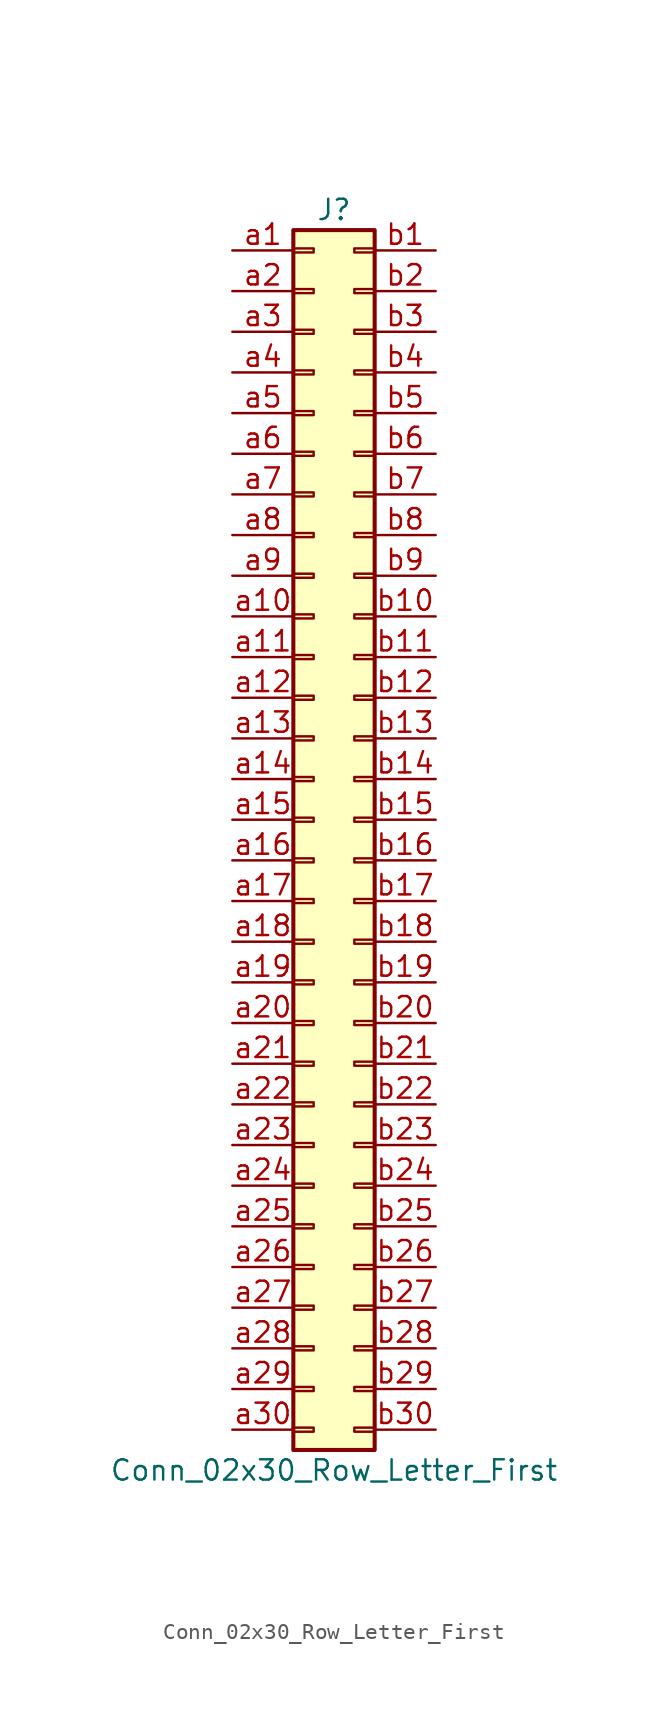
<source format=kicad_sym>
(kicad_symbol_lib
  (version 20211014)
  (generator kicad_symbol_editor)
  (symbol "Conn_02x30_Row_Letter_First"
    (pin_names
      (offset 1.016) hide)
    (property "Reference" "J"
      (at 1.27 38.1 0)
      (effects (font (size 1.27 1.27))))
    (property "Value" "Conn_02x30_Row_Letter_First"
      (at 1.27 -40.64 0)
      (effects (font (size 1.27 1.27))))
    (symbol "Conn_02x30_Row_Letter_First_1_1"
      (rectangle (start -1.27 -37.973) (end 0 -38.227) (stroke (width 0.152) (type default) (color 0 0 0 0)) (fill (type none)))
      (rectangle (start -1.27 -35.433) (end 0 -35.687) (stroke (width 0.152) (type default) (color 0 0 0 0)) (fill (type none)))
      (rectangle (start -1.27 -32.893) (end 0 -33.147) (stroke (width 0.152) (type default) (color 0 0 0 0)) (fill (type none)))
      (rectangle (start -1.27 -30.353) (end 0 -30.607) (stroke (width 0.152) (type default) (color 0 0 0 0)) (fill (type none)))
      (rectangle (start -1.27 -27.813) (end 0 -28.067) (stroke (width 0.152) (type default) (color 0 0 0 0)) (fill (type none)))
      (rectangle (start -1.27 -25.273) (end 0 -25.527) (stroke (width 0.152) (type default) (color 0 0 0 0)) (fill (type none)))
      (rectangle (start -1.27 -22.733) (end 0 -22.987) (stroke (width 0.152) (type default) (color 0 0 0 0)) (fill (type none)))
      (rectangle (start -1.27 -20.193) (end 0 -20.447) (stroke (width 0.152) (type default) (color 0 0 0 0)) (fill (type none)))
      (rectangle (start -1.27 -17.653) (end 0 -17.907) (stroke (width 0.152) (type default) (color 0 0 0 0)) (fill (type none)))
      (rectangle (start -1.27 -15.113) (end 0 -15.367) (stroke (width 0.152) (type default) (color 0 0 0 0)) (fill (type none)))
      (rectangle (start -1.27 -12.573) (end 0 -12.827) (stroke (width 0.152) (type default) (color 0 0 0 0)) (fill (type none)))
      (rectangle (start -1.27 -10.033) (end 0 -10.287) (stroke (width 0.152) (type default) (color 0 0 0 0)) (fill (type none)))
      (rectangle (start -1.27 -7.493) (end 0 -7.747) (stroke (width 0.152) (type default) (color 0 0 0 0)) (fill (type none)))
      (rectangle (start -1.27 -4.953) (end 0 -5.207) (stroke (width 0.152) (type default) (color 0 0 0 0)) (fill (type none)))
      (rectangle (start -1.27 -2.413) (end 0 -2.667) (stroke (width 0.152) (type default) (color 0 0 0 0)) (fill (type none)))
      (rectangle (start -1.27 0.127) (end 0 -0.127) (stroke (width 0.152) (type default) (color 0 0 0 0)) (fill (type none)))
      (rectangle (start -1.27 2.667) (end 0 2.413) (stroke (width 0.152) (type default) (color 0 0 0 0)) (fill (type none)))
      (rectangle (start -1.27 5.207) (end 0 4.953) (stroke (width 0.152) (type default) (color 0 0 0 0)) (fill (type none)))
      (rectangle (start -1.27 7.747) (end 0 7.493) (stroke (width 0.152) (type default) (color 0 0 0 0)) (fill (type none)))
      (rectangle (start -1.27 10.287) (end 0 10.033) (stroke (width 0.152) (type default) (color 0 0 0 0)) (fill (type none)))
      (rectangle (start -1.27 12.827) (end 0 12.573) (stroke (width 0.152) (type default) (color 0 0 0 0)) (fill (type none)))
      (rectangle (start -1.27 15.367) (end 0 15.113) (stroke (width 0.152) (type default) (color 0 0 0 0)) (fill (type none)))
      (rectangle (start -1.27 17.907) (end 0 17.653) (stroke (width 0.152) (type default) (color 0 0 0 0)) (fill (type none)))
      (rectangle (start -1.27 20.447) (end 0 20.193) (stroke (width 0.152) (type default) (color 0 0 0 0)) (fill (type none)))
      (rectangle (start -1.27 22.987) (end 0 22.733) (stroke (width 0.152) (type default) (color 0 0 0 0)) (fill (type none)))
      (rectangle (start -1.27 25.527) (end 0 25.273) (stroke (width 0.152) (type default) (color 0 0 0 0)) (fill (type none)))
      (rectangle (start -1.27 28.067) (end 0 27.813) (stroke (width 0.152) (type default) (color 0 0 0 0)) (fill (type none)))
      (rectangle (start -1.27 30.607) (end 0 30.353) (stroke (width 0.152) (type default) (color 0 0 0 0)) (fill (type none)))
      (rectangle (start -1.27 33.147) (end 0 32.893) (stroke (width 0.152) (type default) (color 0 0 0 0)) (fill (type none)))
      (rectangle (start -1.27 35.687) (end 0 35.433) (stroke (width 0.152) (type default) (color 0 0 0 0)) (fill (type none)))
      (rectangle (start -1.27 36.83) (end 3.81 -39.37) (stroke (width 0.254) (type default) (color 0 0 0 0)) (fill (type background)))
      (rectangle (start 3.81 -37.973) (end 2.54 -38.227) (stroke (width 0.152) (type default) (color 0 0 0 0)) (fill (type none)))
      (rectangle (start 3.81 -35.433) (end 2.54 -35.687) (stroke (width 0.152) (type default) (color 0 0 0 0)) (fill (type none)))
      (rectangle (start 3.81 -32.893) (end 2.54 -33.147) (stroke (width 0.152) (type default) (color 0 0 0 0)) (fill (type none)))
      (rectangle (start 3.81 -30.353) (end 2.54 -30.607) (stroke (width 0.152) (type default) (color 0 0 0 0)) (fill (type none)))
      (rectangle (start 3.81 -27.813) (end 2.54 -28.067) (stroke (width 0.152) (type default) (color 0 0 0 0)) (fill (type none)))
      (rectangle (start 3.81 -25.273) (end 2.54 -25.527) (stroke (width 0.152) (type default) (color 0 0 0 0)) (fill (type none)))
      (rectangle (start 3.81 -22.733) (end 2.54 -22.987) (stroke (width 0.152) (type default) (color 0 0 0 0)) (fill (type none)))
      (rectangle (start 3.81 -20.193) (end 2.54 -20.447) (stroke (width 0.152) (type default) (color 0 0 0 0)) (fill (type none)))
      (rectangle (start 3.81 -17.653) (end 2.54 -17.907) (stroke (width 0.152) (type default) (color 0 0 0 0)) (fill (type none)))
      (rectangle (start 3.81 -15.113) (end 2.54 -15.367) (stroke (width 0.152) (type default) (color 0 0 0 0)) (fill (type none)))
      (rectangle (start 3.81 -12.573) (end 2.54 -12.827) (stroke (width 0.152) (type default) (color 0 0 0 0)) (fill (type none)))
      (rectangle (start 3.81 -10.033) (end 2.54 -10.287) (stroke (width 0.152) (type default) (color 0 0 0 0)) (fill (type none)))
      (rectangle (start 3.81 -7.493) (end 2.54 -7.747) (stroke (width 0.152) (type default) (color 0 0 0 0)) (fill (type none)))
      (rectangle (start 3.81 -4.953) (end 2.54 -5.207) (stroke (width 0.152) (type default) (color 0 0 0 0)) (fill (type none)))
      (rectangle (start 3.81 -2.413) (end 2.54 -2.667) (stroke (width 0.152) (type default) (color 0 0 0 0)) (fill (type none)))
      (rectangle (start 3.81 0.127) (end 2.54 -0.127) (stroke (width 0.152) (type default) (color 0 0 0 0)) (fill (type none)))
      (rectangle (start 3.81 2.667) (end 2.54 2.413) (stroke (width 0.152) (type default) (color 0 0 0 0)) (fill (type none)))
      (rectangle (start 3.81 5.207) (end 2.54 4.953) (stroke (width 0.152) (type default) (color 0 0 0 0)) (fill (type none)))
      (rectangle (start 3.81 7.747) (end 2.54 7.493) (stroke (width 0.152) (type default) (color 0 0 0 0)) (fill (type none)))
      (rectangle (start 3.81 10.287) (end 2.54 10.033) (stroke (width 0.152) (type default) (color 0 0 0 0)) (fill (type none)))
      (rectangle (start 3.81 12.827) (end 2.54 12.573) (stroke (width 0.152) (type default) (color 0 0 0 0)) (fill (type none)))
      (rectangle (start 3.81 15.367) (end 2.54 15.113) (stroke (width 0.152) (type default) (color 0 0 0 0)) (fill (type none)))
      (rectangle (start 3.81 17.907) (end 2.54 17.653) (stroke (width 0.152) (type default) (color 0 0 0 0)) (fill (type none)))
      (rectangle (start 3.81 20.447) (end 2.54 20.193) (stroke (width 0.152) (type default) (color 0 0 0 0)) (fill (type none)))
      (rectangle (start 3.81 22.987) (end 2.54 22.733) (stroke (width 0.152) (type default) (color 0 0 0 0)) (fill (type none)))
      (rectangle (start 3.81 25.527) (end 2.54 25.273) (stroke (width 0.152) (type default) (color 0 0 0 0)) (fill (type none)))
      (rectangle (start 3.81 28.067) (end 2.54 27.813) (stroke (width 0.152) (type default) (color 0 0 0 0)) (fill (type none)))
      (rectangle (start 3.81 30.607) (end 2.54 30.353) (stroke (width 0.152) (type default) (color 0 0 0 0)) (fill (type none)))
      (rectangle (start 3.81 33.147) (end 2.54 32.893) (stroke (width 0.152) (type default) (color 0 0 0 0)) (fill (type none)))
      (rectangle (start 3.81 35.687) (end 2.54 35.433) (stroke (width 0.152) (type default) (color 0 0 0 0)) (fill (type none)))
      (pin passive line (at -5.08 35.56 0) (length 3.81) (name "Pin_a1" (effects (font (size 1.27 1.27)))) (number "a1" (effects (font (size 1.27 1.27)))))
      (pin passive line (at -5.08 12.7 0) (length 3.81) (name "Pin_a10" (effects (font (size 1.27 1.27)))) (number "a10" (effects (font (size 1.27 1.27)))))
      (pin passive line (at -5.08 10.16 0) (length 3.81) (name "Pin_a11" (effects (font (size 1.27 1.27)))) (number "a11" (effects (font (size 1.27 1.27)))))
      (pin passive line (at -5.08 7.62 0) (length 3.81) (name "Pin_a12" (effects (font (size 1.27 1.27)))) (number "a12" (effects (font (size 1.27 1.27)))))
      (pin passive line (at -5.08 5.08 0) (length 3.81) (name "Pin_a13" (effects (font (size 1.27 1.27)))) (number "a13" (effects (font (size 1.27 1.27)))))
      (pin passive line (at -5.08 2.54 0) (length 3.81) (name "Pin_a14" (effects (font (size 1.27 1.27)))) (number "a14" (effects (font (size 1.27 1.27)))))
      (pin passive line (at -5.08 0 0) (length 3.81) (name "Pin_a15" (effects (font (size 1.27 1.27)))) (number "a15" (effects (font (size 1.27 1.27)))))
      (pin passive line (at -5.08 -2.54 0) (length 3.81) (name "Pin_a16" (effects (font (size 1.27 1.27)))) (number "a16" (effects (font (size 1.27 1.27)))))
      (pin passive line (at -5.08 -5.08 0) (length 3.81) (name "Pin_a17" (effects (font (size 1.27 1.27)))) (number "a17" (effects (font (size 1.27 1.27)))))
      (pin passive line (at -5.08 -7.62 0) (length 3.81) (name "Pin_a18" (effects (font (size 1.27 1.27)))) (number "a18" (effects (font (size 1.27 1.27)))))
      (pin passive line (at -5.08 -10.16 0) (length 3.81) (name "Pin_a19" (effects (font (size 1.27 1.27)))) (number "a19" (effects (font (size 1.27 1.27)))))
      (pin passive line (at -5.08 33.02 0) (length 3.81) (name "Pin_a2" (effects (font (size 1.27 1.27)))) (number "a2" (effects (font (size 1.27 1.27)))))
      (pin passive line (at -5.08 -12.7 0) (length 3.81) (name "Pin_a20" (effects (font (size 1.27 1.27)))) (number "a20" (effects (font (size 1.27 1.27)))))
      (pin passive line (at -5.08 -15.24 0) (length 3.81) (name "Pin_a21" (effects (font (size 1.27 1.27)))) (number "a21" (effects (font (size 1.27 1.27)))))
      (pin passive line (at -5.08 -17.78 0) (length 3.81) (name "Pin_a22" (effects (font (size 1.27 1.27)))) (number "a22" (effects (font (size 1.27 1.27)))))
      (pin passive line (at -5.08 -20.32 0) (length 3.81) (name "Pin_a23" (effects (font (size 1.27 1.27)))) (number "a23" (effects (font (size 1.27 1.27)))))
      (pin passive line (at -5.08 -22.86 0) (length 3.81) (name "Pin_a24" (effects (font (size 1.27 1.27)))) (number "a24" (effects (font (size 1.27 1.27)))))
      (pin passive line (at -5.08 -25.4 0) (length 3.81) (name "Pin_a25" (effects (font (size 1.27 1.27)))) (number "a25" (effects (font (size 1.27 1.27)))))
      (pin passive line (at -5.08 -27.94 0) (length 3.81) (name "Pin_a26" (effects (font (size 1.27 1.27)))) (number "a26" (effects (font (size 1.27 1.27)))))
      (pin passive line (at -5.08 -30.48 0) (length 3.81) (name "Pin_a27" (effects (font (size 1.27 1.27)))) (number "a27" (effects (font (size 1.27 1.27)))))
      (pin passive line (at -5.08 -33.02 0) (length 3.81) (name "Pin_a28" (effects (font (size 1.27 1.27)))) (number "a28" (effects (font (size 1.27 1.27)))))
      (pin passive line (at -5.08 -35.56 0) (length 3.81) (name "Pin_a29" (effects (font (size 1.27 1.27)))) (number "a29" (effects (font (size 1.27 1.27)))))
      (pin passive line (at -5.08 30.48 0) (length 3.81) (name "Pin_a3" (effects (font (size 1.27 1.27)))) (number "a3" (effects (font (size 1.27 1.27)))))
      (pin passive line (at -5.08 -38.1 0) (length 3.81) (name "Pin_a30" (effects (font (size 1.27 1.27)))) (number "a30" (effects (font (size 1.27 1.27)))))
      (pin passive line (at -5.08 27.94 0) (length 3.81) (name "Pin_a4" (effects (font (size 1.27 1.27)))) (number "a4" (effects (font (size 1.27 1.27)))))
      (pin passive line (at -5.08 25.4 0) (length 3.81) (name "Pin_a5" (effects (font (size 1.27 1.27)))) (number "a5" (effects (font (size 1.27 1.27)))))
      (pin passive line (at -5.08 22.86 0) (length 3.81) (name "Pin_a6" (effects (font (size 1.27 1.27)))) (number "a6" (effects (font (size 1.27 1.27)))))
      (pin passive line (at -5.08 20.32 0) (length 3.81) (name "Pin_a7" (effects (font (size 1.27 1.27)))) (number "a7" (effects (font (size 1.27 1.27)))))
      (pin passive line (at -5.08 17.78 0) (length 3.81) (name "Pin_a8" (effects (font (size 1.27 1.27)))) (number "a8" (effects (font (size 1.27 1.27)))))
      (pin passive line (at -5.08 15.24 0) (length 3.81) (name "Pin_a9" (effects (font (size 1.27 1.27)))) (number "a9" (effects (font (size 1.27 1.27)))))
      (pin passive line (at 7.62 35.56 180) (length 3.81) (name "Pin_b1" (effects (font (size 1.27 1.27)))) (number "b1" (effects (font (size 1.27 1.27)))))
      (pin passive line (at 7.62 12.7 180) (length 3.81) (name "Pin_b10" (effects (font (size 1.27 1.27)))) (number "b10" (effects (font (size 1.27 1.27)))))
      (pin passive line (at 7.62 10.16 180) (length 3.81) (name "Pin_b11" (effects (font (size 1.27 1.27)))) (number "b11" (effects (font (size 1.27 1.27)))))
      (pin passive line (at 7.62 7.62 180) (length 3.81) (name "Pin_b12" (effects (font (size 1.27 1.27)))) (number "b12" (effects (font (size 1.27 1.27)))))
      (pin passive line (at 7.62 5.08 180) (length 3.81) (name "Pin_b13" (effects (font (size 1.27 1.27)))) (number "b13" (effects (font (size 1.27 1.27)))))
      (pin passive line (at 7.62 2.54 180) (length 3.81) (name "Pin_b14" (effects (font (size 1.27 1.27)))) (number "b14" (effects (font (size 1.27 1.27)))))
      (pin passive line (at 7.62 0 180) (length 3.81) (name "Pin_b15" (effects (font (size 1.27 1.27)))) (number "b15" (effects (font (size 1.27 1.27)))))
      (pin passive line (at 7.62 -2.54 180) (length 3.81) (name "Pin_b16" (effects (font (size 1.27 1.27)))) (number "b16" (effects (font (size 1.27 1.27)))))
      (pin passive line (at 7.62 -5.08 180) (length 3.81) (name "Pin_b17" (effects (font (size 1.27 1.27)))) (number "b17" (effects (font (size 1.27 1.27)))))
      (pin passive line (at 7.62 -7.62 180) (length 3.81) (name "Pin_b18" (effects (font (size 1.27 1.27)))) (number "b18" (effects (font (size 1.27 1.27)))))
      (pin passive line (at 7.62 -10.16 180) (length 3.81) (name "Pin_b19" (effects (font (size 1.27 1.27)))) (number "b19" (effects (font (size 1.27 1.27)))))
      (pin passive line (at 7.62 33.02 180) (length 3.81) (name "Pin_b2" (effects (font (size 1.27 1.27)))) (number "b2" (effects (font (size 1.27 1.27)))))
      (pin passive line (at 7.62 -12.7 180) (length 3.81) (name "Pin_b20" (effects (font (size 1.27 1.27)))) (number "b20" (effects (font (size 1.27 1.27)))))
      (pin passive line (at 7.62 -15.24 180) (length 3.81) (name "Pin_b21" (effects (font (size 1.27 1.27)))) (number "b21" (effects (font (size 1.27 1.27)))))
      (pin passive line (at 7.62 -17.78 180) (length 3.81) (name "Pin_b22" (effects (font (size 1.27 1.27)))) (number "b22" (effects (font (size 1.27 1.27)))))
      (pin passive line (at 7.62 -20.32 180) (length 3.81) (name "Pin_b23" (effects (font (size 1.27 1.27)))) (number "b23" (effects (font (size 1.27 1.27)))))
      (pin passive line (at 7.62 -22.86 180) (length 3.81) (name "Pin_b24" (effects (font (size 1.27 1.27)))) (number "b24" (effects (font (size 1.27 1.27)))))
      (pin passive line (at 7.62 -25.4 180) (length 3.81) (name "Pin_b25" (effects (font (size 1.27 1.27)))) (number "b25" (effects (font (size 1.27 1.27)))))
      (pin passive line (at 7.62 -27.94 180) (length 3.81) (name "Pin_b26" (effects (font (size 1.27 1.27)))) (number "b26" (effects (font (size 1.27 1.27)))))
      (pin passive line (at 7.62 -30.48 180) (length 3.81) (name "Pin_b27" (effects (font (size 1.27 1.27)))) (number "b27" (effects (font (size 1.27 1.27)))))
      (pin passive line (at 7.62 -33.02 180) (length 3.81) (name "Pin_b28" (effects (font (size 1.27 1.27)))) (number "b28" (effects (font (size 1.27 1.27)))))
      (pin passive line (at 7.62 -35.56 180) (length 3.81) (name "Pin_b29" (effects (font (size 1.27 1.27)))) (number "b29" (effects (font (size 1.27 1.27)))))
      (pin passive line (at 7.62 30.48 180) (length 3.81) (name "Pin_b3" (effects (font (size 1.27 1.27)))) (number "b3" (effects (font (size 1.27 1.27)))))
      (pin passive line (at 7.62 -38.1 180) (length 3.81) (name "Pin_b30" (effects (font (size 1.27 1.27)))) (number "b30" (effects (font (size 1.27 1.27)))))
      (pin passive line (at 7.62 27.94 180) (length 3.81) (name "Pin_b4" (effects (font (size 1.27 1.27)))) (number "b4" (effects (font (size 1.27 1.27)))))
      (pin passive line (at 7.62 25.4 180) (length 3.81) (name "Pin_b5" (effects (font (size 1.27 1.27)))) (number "b5" (effects (font (size 1.27 1.27)))))
      (pin passive line (at 7.62 22.86 180) (length 3.81) (name "Pin_b6" (effects (font (size 1.27 1.27)))) (number "b6" (effects (font (size 1.27 1.27)))))
      (pin passive line (at 7.62 20.32 180) (length 3.81) (name "Pin_b7" (effects (font (size 1.27 1.27)))) (number "b7" (effects (font (size 1.27 1.27)))))
      (pin passive line (at 7.62 17.78 180) (length 3.81) (name "Pin_b8" (effects (font (size 1.27 1.27)))) (number "b8" (effects (font (size 1.27 1.27)))))
      (pin passive line (at 7.62 15.24 180) (length 3.81) (name "Pin_b9" (effects (font (size 1.27 1.27)))) (number "b9" (effects (font (size 1.27 1.27))))))))
</source>
